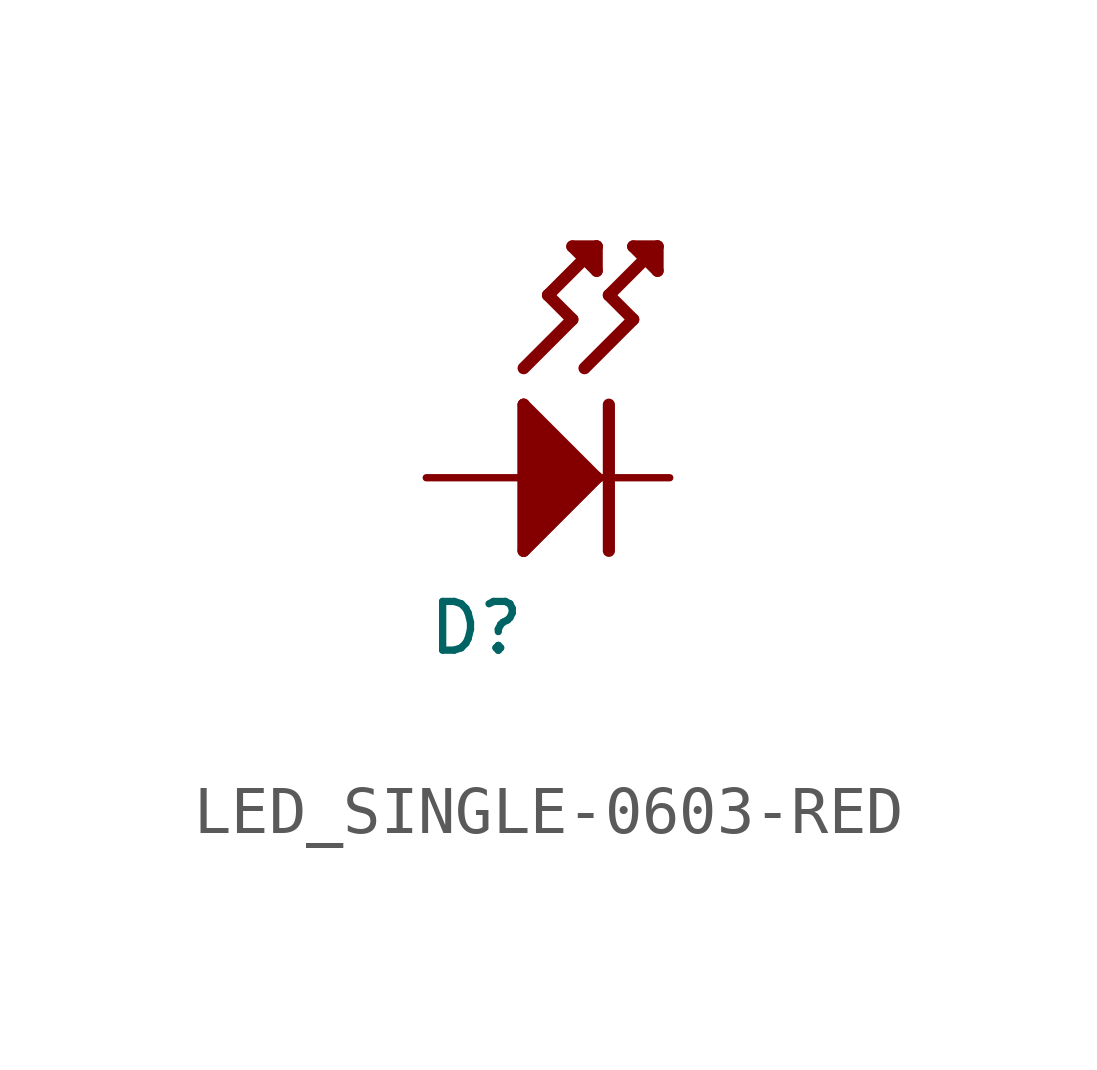
<source format=kicad_sym>
(kicad_symbol_lib
  (version 20241209)
  (generator "kicad_symbol_editor")
  (generator_version "9.0")
  (symbol "LED_SINGLE-0603-RED"
    (property "Reference" "D"
      (at -2.54 -2.54 0)
      (effects (font (size 1.016 1.016)) (justify left top)))
    (property "Value" ""
      (at -2.54 -5.08 0)
      (effects (font (size 1.016 1.016)) (justify left bottom)))
    (property "ki_locked" ""
      (at 0 0 0)
      (effects (font (size 1.27 1.27))))
    (symbol "LED_SINGLE-0603-RED_1_0"
      (polyline (pts (xy -0.508 2.286) (xy 0.508 3.302)) (stroke (width 0.254) (type solid)) (fill (type none)))
      (polyline (pts (xy -0.508 1.524) (xy 1.016 0)) (stroke (width 0.254) (type solid)) (fill (type none)))
      (polyline (pts (xy -0.508 1.524) (xy -0.508 -1.524) (xy 1.016 0)) (stroke (width 0.254) (type solid)) (fill (type outline)))
      (polyline (pts (xy -0.508 -1.524) (xy -0.508 1.524)) (stroke (width 0.254) (type solid)) (fill (type none)))
      (polyline (pts (xy 0 3.81) (xy 1.016 4.826)) (stroke (width 0.254) (type solid)) (fill (type none)))
      (polyline (pts (xy 0.508 4.826) (xy 1.016 4.318)) (stroke (width 0.254) (type solid)) (fill (type none)))
      (polyline (pts (xy 0.508 3.302) (xy 0 3.81)) (stroke (width 0.254) (type solid)) (fill (type none)))
      (polyline (pts (xy 0.762 2.286) (xy 1.778 3.302)) (stroke (width 0.254) (type solid)) (fill (type none)))
      (polyline (pts (xy 1.016 4.826) (xy 0.508 4.826)) (stroke (width 0.254) (type solid)) (fill (type none)))
      (polyline (pts (xy 1.016 4.318) (xy 1.016 4.826)) (stroke (width 0.254) (type solid)) (fill (type none)))
      (polyline (pts (xy 1.016 0) (xy -0.508 -1.524)) (stroke (width 0.254) (type solid)) (fill (type none)))
      (polyline (pts (xy 1.27 3.81) (xy 2.286 4.826)) (stroke (width 0.254) (type solid)) (fill (type none)))
      (polyline (pts (xy 1.27 1.524) (xy 1.27 -1.524)) (stroke (width 0.254) (type solid)) (fill (type none)))
      (polyline (pts (xy 1.778 4.826) (xy 2.286 4.318)) (stroke (width 0.254) (type solid)) (fill (type none)))
      (polyline (pts (xy 1.778 3.302) (xy 1.27 3.81)) (stroke (width 0.254) (type solid)) (fill (type none)))
      (polyline (pts (xy 2.286 4.826) (xy 1.778 4.826)) (stroke (width 0.254) (type solid)) (fill (type none)))
      (polyline (pts (xy 2.286 4.318) (xy 2.286 4.826)) (stroke (width 0.254) (type solid)) (fill (type none)))
      (pin power_in line (at -2.54 0 0) (length 2.54) (name "ANODE" (effects (font (size 0 0)))) (number "ANODE" (effects (font (size 0 0)))))
      (pin power_in line (at 2.54 0 180) (length 2.54) (name "CATHODE" (effects (font (size 0 0)))) (number "CATHODE" (effects (font (size 0 0))))))))
</source>
